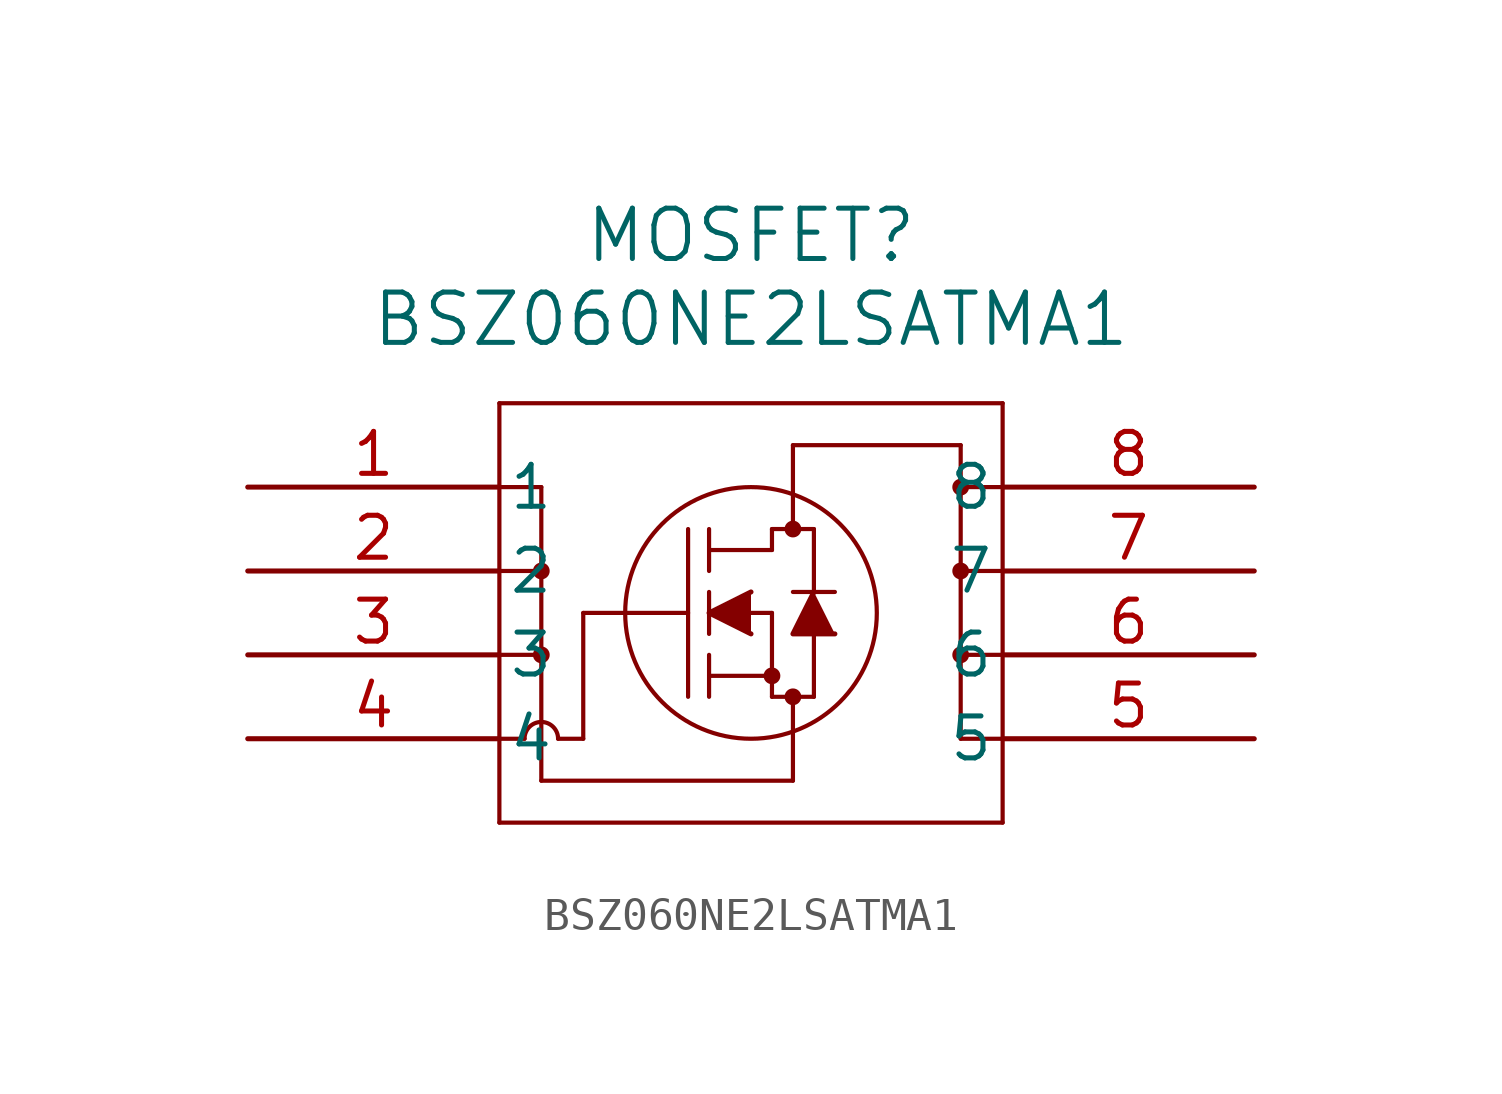
<source format=kicad_sym>
(kicad_symbol_lib
  (version 20211014)
  (generator kicad_symbol_editor)
  (symbol "BSZ060NE2LSATMA1"
    (pin_names
      (offset 0.254))
    (property "Reference" "MOSFET"
      (at 15.24 7.62 0)
      (effects (font (size 1.524 1.524))))
    (property "Value" "BSZ060NE2LSATMA1"
      (at 15.24 5.08 0)
      (effects (font (size 1.524 1.524))))
    (polyline
      (pts (xy 7.62 2.54) (xy 7.62 -10.16))
      (stroke (width 0.127) (type default) (color 0 0 0 0))
      (fill (type none)))
    (polyline
      (pts (xy 7.62 -10.16) (xy 22.86 -10.16))
      (stroke (width 0.127) (type default) (color 0 0 0 0))
      (fill (type none)))
    (polyline
      (pts (xy 22.86 -10.16) (xy 22.86 2.54))
      (stroke (width 0.127) (type default) (color 0 0 0 0))
      (fill (type none)))
    (polyline
      (pts (xy 22.86 2.54) (xy 7.62 2.54))
      (stroke (width 0.127) (type default) (color 0 0 0 0))
      (fill (type none)))
    (circle
      (center 16.51 -1.27)
      (radius 0.127)
      (stroke (width 0.254) (type default) (color 0 0 0 0))
      (fill (type none)))
    (circle
      (center 16.51 -6.35)
      (radius 0.127)
      (stroke (width 0.254) (type default) (color 0 0 0 0))
      (fill (type none)))
    (circle
      (center 15.875 -5.715)
      (radius 0.127)
      (stroke (width 0.254) (type default) (color 0 0 0 0))
      (fill (type none)))
    (circle
      (center 15.24 -3.81)
      (radius 3.81)
      (stroke (width 0.127) (type default) (color 0 0 0 0))
      (fill (type none)))
    (polyline
      (pts (xy 10.16 -3.81) (xy 13.335 -3.81))
      (stroke (width 0.127) (type default) (color 0 0 0 0))
      (fill (type none)))
    (polyline
      (pts (xy 13.335 -6.35) (xy 13.335 -1.27))
      (stroke (width 0.127) (type default) (color 0 0 0 0))
      (fill (type none)))
    (polyline
      (pts (xy 13.97 -4.445) (xy 13.97 -3.175))
      (stroke (width 0.127) (type default) (color 0 0 0 0))
      (fill (type none)))
    (polyline
      (pts (xy 13.97 -6.35) (xy 13.97 -5.08))
      (stroke (width 0.127) (type default) (color 0 0 0 0))
      (fill (type none)))
    (polyline
      (pts (xy 13.97 -2.54) (xy 13.97 -1.27))
      (stroke (width 0.127) (type default) (color 0 0 0 0))
      (fill (type none)))
    (polyline
      (pts (xy 15.24 -3.81) (xy 15.875 -3.81))
      (stroke (width 0.127) (type default) (color 0 0 0 0))
      (fill (type none)))
    (polyline
      (pts (xy 13.97 -5.715) (xy 15.875 -5.715))
      (stroke (width 0.127) (type default) (color 0 0 0 0))
      (fill (type none)))
    (polyline
      (pts (xy 15.875 -6.35) (xy 15.875 -3.81))
      (stroke (width 0.127) (type default) (color 0 0 0 0))
      (fill (type none)))
    (polyline
      (pts (xy 15.875 -6.35) (xy 17.145 -6.35))
      (stroke (width 0.127) (type default) (color 0 0 0 0))
      (fill (type none)))
    (polyline
      (pts (xy 13.97 -1.905) (xy 15.875 -1.905))
      (stroke (width 0.127) (type default) (color 0 0 0 0))
      (fill (type none)))
    (polyline
      (pts (xy 17.145 -3.175) (xy 17.145 -1.27))
      (stroke (width 0.127) (type default) (color 0 0 0 0))
      (fill (type none)))
    (polyline
      (pts (xy 17.145 -6.35) (xy 17.145 -4.445))
      (stroke (width 0.127) (type default) (color 0 0 0 0))
      (fill (type none)))
    (polyline
      (pts (xy 17.78 -3.175) (xy 16.51 -3.175))
      (stroke (width 0.127) (type default) (color 0 0 0 0))
      (fill (type none)))
    (polyline
      (pts (xy 15.875 -1.27) (xy 17.145 -1.27))
      (stroke (width 0.127) (type default) (color 0 0 0 0))
      (fill (type none)))
    (polyline
      (pts (xy 15.875 -1.905) (xy 15.875 -1.27))
      (stroke (width 0.127) (type default) (color 0 0 0 0))
      (fill (type none)))
    (polyline
      (pts (xy 7.62 -7.62) (xy 8.382 -7.62))
      (stroke (width 0.127) (type default) (color 0 0 0 0))
      (fill (type none)))
    (polyline
      (pts (xy 8.89 0) (xy 8.89 -8.89))
      (stroke (width 0.127) (type default) (color 0 0 0 0))
      (fill (type none)))
    (polyline
      (pts (xy 7.62 0) (xy 8.89 0))
      (stroke (width 0.127) (type default) (color 0 0 0 0))
      (fill (type none)))
    (polyline
      (pts (xy 7.62 -2.54) (xy 8.89 -2.54))
      (stroke (width 0.127) (type default) (color 0 0 0 0))
      (fill (type none)))
    (polyline
      (pts (xy 7.62 -5.08) (xy 8.89 -5.08))
      (stroke (width 0.127) (type default) (color 0 0 0 0))
      (fill (type none)))
    (arc
      (start 9.398 -7.62)
      (mid 8.89 -7.112)
      (end 8.382 -7.62)
      (stroke (width 0.127) (type default) (color 0 0 0 0))
      (fill (type none)))
    (polyline
      (pts (xy 10.16 -7.62) (xy 9.398 -7.62))
      (stroke (width 0.127) (type default) (color 0 0 0 0))
      (fill (type none)))
    (polyline
      (pts (xy 8.89 -8.89) (xy 16.51 -8.89))
      (stroke (width 0.127) (type default) (color 0 0 0 0))
      (fill (type none)))
    (polyline
      (pts (xy 16.51 -8.89) (xy 16.51 -6.35))
      (stroke (width 0.127) (type default) (color 0 0 0 0))
      (fill (type none)))
    (polyline
      (pts (xy 22.86 -7.62) (xy 21.59 -7.62))
      (stroke (width 0.127) (type default) (color 0 0 0 0))
      (fill (type none)))
    (polyline
      (pts (xy 21.59 -7.62) (xy 21.59 1.27))
      (stroke (width 0.127) (type default) (color 0 0 0 0))
      (fill (type none)))
    (polyline
      (pts (xy 22.86 -5.08) (xy 21.59 -5.08))
      (stroke (width 0.127) (type default) (color 0 0 0 0))
      (fill (type none)))
    (polyline
      (pts (xy 22.86 -2.54) (xy 21.59 -2.54))
      (stroke (width 0.127) (type default) (color 0 0 0 0))
      (fill (type none)))
    (polyline
      (pts (xy 21.59 1.27) (xy 16.51 1.27))
      (stroke (width 0.127) (type default) (color 0 0 0 0))
      (fill (type none)))
    (polyline
      (pts (xy 16.51 1.27) (xy 16.51 -1.27))
      (stroke (width 0.127) (type default) (color 0 0 0 0))
      (fill (type none)))
    (circle
      (center 8.89 -2.54)
      (radius 0.127)
      (stroke (width 0.254) (type default) (color 0 0 0 0))
      (fill (type none)))
    (circle
      (center 8.89 -5.08)
      (radius 0.127)
      (stroke (width 0.254) (type default) (color 0 0 0 0))
      (fill (type none)))
    (polyline
      (pts (xy 10.16 -3.81) (xy 10.16 -7.62))
      (stroke (width 0.127) (type default) (color 0 0 0 0))
      (fill (type none)))
    (circle
      (center 21.59 0)
      (radius 0.127)
      (stroke (width 0.254) (type default) (color 0 0 0 0))
      (fill (type none)))
    (circle
      (center 21.59 -2.54)
      (radius 0.127)
      (stroke (width 0.254) (type default) (color 0 0 0 0))
      (fill (type none)))
    (circle
      (center 21.59 -5.08)
      (radius 0.127)
      (stroke (width 0.254) (type default) (color 0 0 0 0))
      (fill (type none)))
    (polyline
      (pts (xy 15.24 -3.175) (xy 13.97 -3.81) (xy 15.24 -4.445))
      (stroke (width 0) (type default) (color 0 0 0 0))
      (fill (type outline)))
    (polyline
      (pts (xy 17.78 -4.445) (xy 16.51 -4.445) (xy 17.145 -3.175))
      (stroke (width 0) (type default) (color 0 0 0 0))
      (fill (type outline)))
    (polyline
      (pts (xy 22.86 0) (xy 21.59 0))
      (stroke (width 0.127) (type default) (color 0 0 0 0))
      (fill (type none)))
    (pin unspecified line
      (at 0 0 0)
      (length 7.62)
      (name "1" (effects (font (size 1.27 1.27))))
      (number "1" (effects (font (size 1.27 1.27)))))
    (pin unspecified line
      (at 0 -2.54 0)
      (length 7.62)
      (name "2" (effects (font (size 1.27 1.27))))
      (number "2" (effects (font (size 1.27 1.27)))))
    (pin unspecified line
      (at 0 -5.08 0)
      (length 7.62)
      (name "3" (effects (font (size 1.27 1.27))))
      (number "3" (effects (font (size 1.27 1.27)))))
    (pin unspecified line
      (at 0 -7.62 0)
      (length 7.62)
      (name "4" (effects (font (size 1.27 1.27))))
      (number "4" (effects (font (size 1.27 1.27)))))
    (pin unspecified line
      (at 30.48 -7.62 180)
      (length 7.62)
      (name "5" (effects (font (size 1.27 1.27))))
      (number "5" (effects (font (size 1.27 1.27)))))
    (pin unspecified line
      (at 30.48 -5.08 180)
      (length 7.62)
      (name "6" (effects (font (size 1.27 1.27))))
      (number "6" (effects (font (size 1.27 1.27)))))
    (pin unspecified line
      (at 30.48 -2.54 180)
      (length 7.62)
      (name "7" (effects (font (size 1.27 1.27))))
      (number "7" (effects (font (size 1.27 1.27)))))
    (pin unspecified line
      (at 30.48 0 180)
      (length 7.62)
      (name "8" (effects (font (size 1.27 1.27))))
      (number "8" (effects (font (size 1.27 1.27)))))))
</source>
